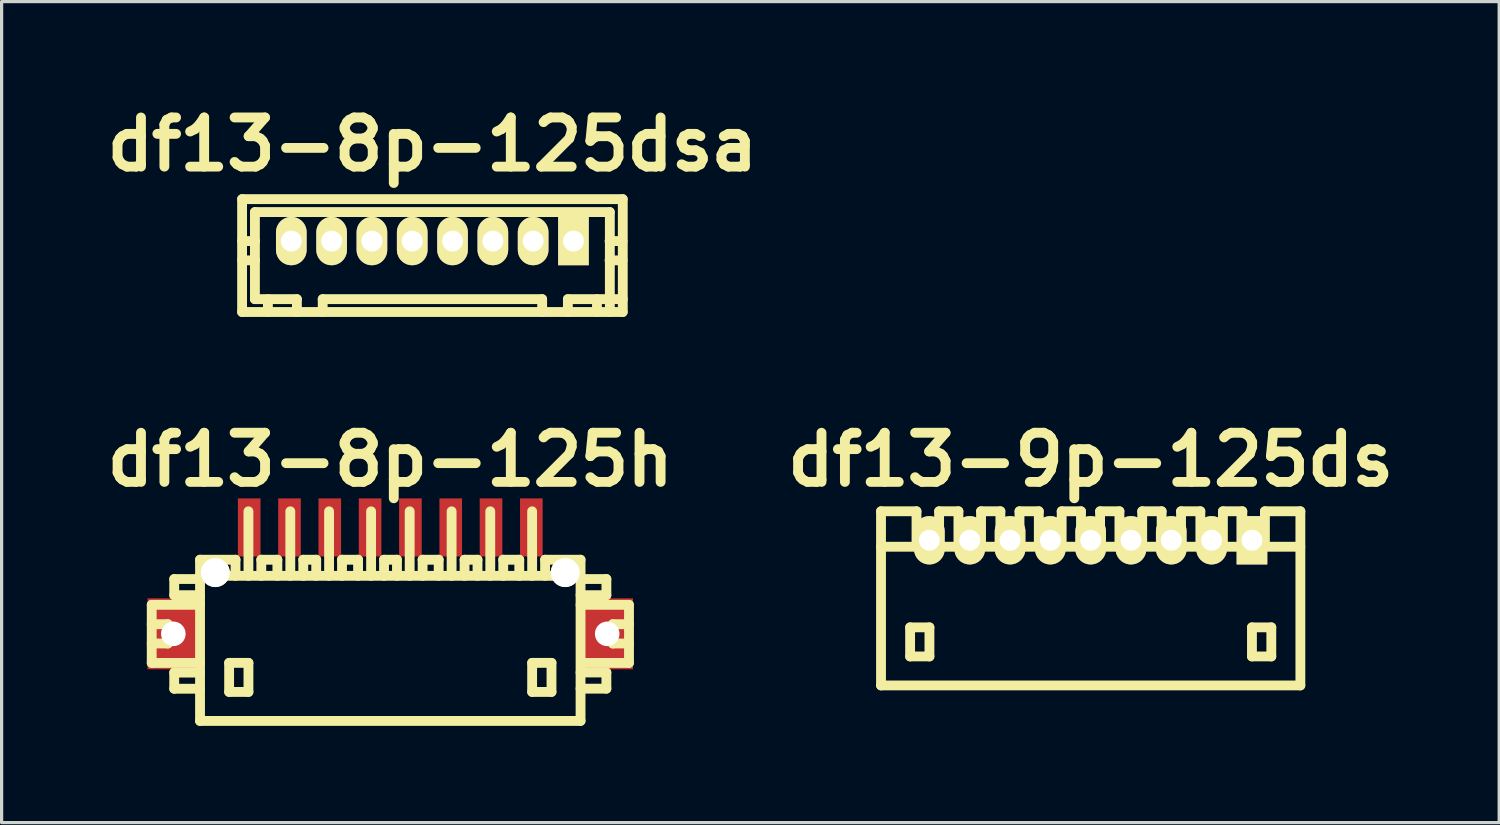
<source format=kicad_pcb>
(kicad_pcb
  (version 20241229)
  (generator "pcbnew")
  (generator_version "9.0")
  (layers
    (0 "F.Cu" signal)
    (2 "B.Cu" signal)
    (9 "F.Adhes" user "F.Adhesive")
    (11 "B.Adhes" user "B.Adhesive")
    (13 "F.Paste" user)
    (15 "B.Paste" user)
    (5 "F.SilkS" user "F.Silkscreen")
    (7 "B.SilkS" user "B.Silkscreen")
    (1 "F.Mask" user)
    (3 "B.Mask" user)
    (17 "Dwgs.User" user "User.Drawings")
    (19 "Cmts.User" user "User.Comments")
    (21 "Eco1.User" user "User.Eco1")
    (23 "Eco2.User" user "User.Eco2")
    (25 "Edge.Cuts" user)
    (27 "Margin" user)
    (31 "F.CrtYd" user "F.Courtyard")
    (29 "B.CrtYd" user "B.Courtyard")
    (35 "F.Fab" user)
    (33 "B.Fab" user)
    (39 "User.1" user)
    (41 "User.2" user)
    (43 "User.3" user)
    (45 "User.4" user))
  (footprint "df13-8p-125dsa"
    (layer "F.Cu")
    (at 10.356 4.424)
    (property "Reference" "df13-8p-125dsa" (at 0 -2.997 0) (layer "F.SilkS") (effects (font (size 1.524 1.524) (thickness 0.305))))
    (attr through_hole)
    (fp_line (start -5.9 2.2) (end -5.9 -1.3) (stroke (width 0.305) (type solid)) (layer "F.SilkS"))
    (fp_line (start -5.502 -0.899) (end -5.502 1.801) (stroke (width 0.305) (type solid)) (layer "F.SilkS"))
    (fp_line (start -5.499 -0.899) (end 5.499 -0.899) (stroke (width 0.305) (type solid)) (layer "F.SilkS"))
    (fp_line (start -5.497 0) (end -5.898 0) (stroke (width 0.305) (type solid)) (layer "F.SilkS"))
    (fp_line (start -5.497 0.599) (end -5.898 0.599) (stroke (width 0.305) (type solid)) (layer "F.SilkS"))
    (fp_line (start -5.1 1.801) (end -5.1 2.2) (stroke (width 0.305) (type solid)) (layer "F.SilkS"))
    (fp_line (start -4.501 -0.099) (end -4.501 0.099) (stroke (width 0.305) (type solid)) (layer "F.SilkS"))
    (fp_line (start -4.501 0.099) (end -4.3 0.099) (stroke (width 0.305) (type solid)) (layer "F.SilkS"))
    (fp_line (start -4.3 -0.099) (end -4.501 -0.099) (stroke (width 0.305) (type solid)) (layer "F.SilkS"))
    (fp_line (start -4.3 0.099) (end -4.3 -0.099) (stroke (width 0.305) (type solid)) (layer "F.SilkS"))
    (fp_line (start -4.201 1.801) (end -5.502 1.801) (stroke (width 0.305) (type solid)) (layer "F.SilkS"))
    (fp_line (start -4.201 1.801) (end -4.201 2.2) (stroke (width 0.305) (type solid)) (layer "F.SilkS"))
    (fp_line (start -3.401 1.801) (end 3.401 1.801) (stroke (width 0.305) (type solid)) (layer "F.SilkS"))
    (fp_line (start -3.401 2.2) (end -3.401 1.801) (stroke (width 0.305) (type solid)) (layer "F.SilkS"))
    (fp_line (start -3.2 -0.099) (end -3.2 0.099) (stroke (width 0.305) (type solid)) (layer "F.SilkS"))
    (fp_line (start -3.2 0.099) (end -3 0.099) (stroke (width 0.305) (type solid)) (layer "F.SilkS"))
    (fp_line (start -3 -0.099) (end -3.2 -0.099) (stroke (width 0.305) (type solid)) (layer "F.SilkS"))
    (fp_line (start -3 0.099) (end -3 -0.099) (stroke (width 0.305) (type solid)) (layer "F.SilkS"))
    (fp_line (start -1.999 -0.099) (end -1.999 0.099) (stroke (width 0.305) (type solid)) (layer "F.SilkS"))
    (fp_line (start -1.999 0.099) (end -1.801 0.099) (stroke (width 0.305) (type solid)) (layer "F.SilkS"))
    (fp_line (start -1.801 -0.099) (end -1.999 -0.099) (stroke (width 0.305) (type solid)) (layer "F.SilkS"))
    (fp_line (start -1.801 0.099) (end -1.801 -0.099) (stroke (width 0.305) (type solid)) (layer "F.SilkS"))
    (fp_line (start -0.701 -0.099) (end -0.701 0.099) (stroke (width 0.305) (type solid)) (layer "F.SilkS"))
    (fp_line (start -0.701 0.099) (end -0.5 0.099) (stroke (width 0.305) (type solid)) (layer "F.SilkS"))
    (fp_line (start -0.5 -0.099) (end -0.701 -0.099) (stroke (width 0.305) (type solid)) (layer "F.SilkS"))
    (fp_line (start -0.5 0.099) (end -0.5 -0.099) (stroke (width 0.305) (type solid)) (layer "F.SilkS"))
    (fp_line (start 0.5 -0.099) (end 0.701 -0.099) (stroke (width 0.305) (type solid)) (layer "F.SilkS"))
    (fp_line (start 0.5 0.099) (end 0.5 -0.099) (stroke (width 0.305) (type solid)) (layer "F.SilkS"))
    (fp_line (start 0.701 -0.099) (end 0.701 0.099) (stroke (width 0.305) (type solid)) (layer "F.SilkS"))
    (fp_line (start 0.701 0.099) (end 0.5 0.099) (stroke (width 0.305) (type solid)) (layer "F.SilkS"))
    (fp_line (start 1.801 -0.099) (end 1.999 -0.099) (stroke (width 0.305) (type solid)) (layer "F.SilkS"))
    (fp_line (start 1.801 0.099) (end 1.801 -0.099) (stroke (width 0.305) (type solid)) (layer "F.SilkS"))
    (fp_line (start 1.999 -0.099) (end 1.999 0.099) (stroke (width 0.305) (type solid)) (layer "F.SilkS"))
    (fp_line (start 1.999 0.099) (end 1.801 0.099) (stroke (width 0.305) (type solid)) (layer "F.SilkS"))
    (fp_line (start 3 -0.099) (end 3.2 -0.099) (stroke (width 0.305) (type solid)) (layer "F.SilkS"))
    (fp_line (start 3 0.099) (end 3 -0.099) (stroke (width 0.305) (type solid)) (layer "F.SilkS"))
    (fp_line (start 3.2 -0.099) (end 3.2 0.099) (stroke (width 0.305) (type solid)) (layer "F.SilkS"))
    (fp_line (start 3.2 0.099) (end 3 0.099) (stroke (width 0.305) (type solid)) (layer "F.SilkS"))
    (fp_line (start 3.404 2.2) (end 3.404 1.801) (stroke (width 0.305) (type solid)) (layer "F.SilkS"))
    (fp_line (start 4.201 1.801) (end 4.201 2.2) (stroke (width 0.305) (type solid)) (layer "F.SilkS"))
    (fp_line (start 4.201 1.801) (end 5.903 1.801) (stroke (width 0.305) (type solid)) (layer "F.SilkS"))
    (fp_line (start 4.3 -0.099) (end 4.501 -0.099) (stroke (width 0.305) (type solid)) (layer "F.SilkS"))
    (fp_line (start 4.3 0.099) (end 4.3 -0.099) (stroke (width 0.305) (type solid)) (layer "F.SilkS"))
    (fp_line (start 4.501 -0.099) (end 4.501 0.099) (stroke (width 0.305) (type solid)) (layer "F.SilkS"))
    (fp_line (start 4.501 0.099) (end 4.3 0.099) (stroke (width 0.305) (type solid)) (layer "F.SilkS"))
    (fp_line (start 5.103 1.801) (end 5.103 2.2) (stroke (width 0.305) (type solid)) (layer "F.SilkS"))
    (fp_line (start 5.494 0) (end 5.895 0) (stroke (width 0.305) (type solid)) (layer "F.SilkS"))
    (fp_line (start 5.502 -0.899) (end 5.502 2.2) (stroke (width 0.305) (type solid)) (layer "F.SilkS"))
    (fp_line (start 5.895 0.599) (end 5.494 0.599) (stroke (width 0.305) (type solid)) (layer "F.SilkS"))
    (fp_line (start 5.9 -1.3) (end -5.9 -1.3) (stroke (width 0.305) (type solid)) (layer "F.SilkS"))
    (fp_line (start 5.9 2.2) (end -5.9 2.2) (stroke (width 0.305) (type solid)) (layer "F.SilkS"))
    (fp_line (start 5.903 -1.3) (end 5.903 2.2) (stroke (width 0.305) (type solid)) (layer "F.SilkS"))
    (pad "1" thru_hole rect (at 4.374 0) (size 0.95 1.499) (drill 0.648) (layers "*.Cu" "*.Mask" "F.SilkS"))
    (pad "2" thru_hole oval (at 3.124 0) (size 0.95 1.499) (drill 0.648) (layers "*.Cu" "*.Mask" "F.SilkS"))
    (pad "3" thru_hole oval (at 1.875 0) (size 0.95 1.499) (drill 0.648) (layers "*.Cu" "*.Mask" "F.SilkS"))
    (pad "4" thru_hole oval (at 0.625 0) (size 0.95 1.499) (drill 0.648) (layers "*.Cu" "*.Mask" "F.SilkS"))
    (pad "5" thru_hole oval (at -0.625 0) (size 0.95 1.499) (drill 0.648) (layers "*.Cu" "*.Mask" "F.SilkS"))
    (pad "6" thru_hole oval (at -1.875 0) (size 0.95 1.499) (drill 0.648) (layers "*.Cu" "*.Mask" "F.SilkS"))
    (pad "7" thru_hole oval (at -3.124 0) (size 0.95 1.499) (drill 0.648) (layers "*.Cu" "*.Mask" "F.SilkS"))
    (pad "8" thru_hole oval (at -4.374 0) (size 0.95 1.499) (drill 0.648) (layers "*.Cu" "*.Mask" "F.SilkS")))
  (footprint "df13-9p-125ds"
    (layer "F.Cu")
    (at 30.766 15.502)
    (property "Reference" "df13-9p-125ds" (at 0 -4.3 0) (layer "F.SilkS") (effects (font (size 1.524 1.524) (thickness 0.305))))
    (attr through_hole)
    (fp_line (start -6.5 -1.6) (end 6.5 -1.6) (stroke (width 0.305) (type solid)) (layer "F.SilkS"))
    (fp_line (start -6.5 2.7) (end -6.5 -2.7) (stroke (width 0.305) (type solid)) (layer "F.SilkS"))
    (fp_line (start -5.598 0.899) (end -5.598 1.801) (stroke (width 0.305) (type solid)) (layer "F.SilkS"))
    (fp_line (start -5.598 1.801) (end -4.999 1.801) (stroke (width 0.305) (type solid)) (layer "F.SilkS"))
    (fp_line (start -5.4 -2.7) (end -6.5 -2.7) (stroke (width 0.305) (type solid)) (layer "F.SilkS"))
    (fp_line (start -5.4 -1.6) (end -5.4 -2.7) (stroke (width 0.305) (type solid)) (layer "F.SilkS"))
    (fp_line (start -4.999 0.899) (end -5.598 0.899) (stroke (width 0.305) (type solid)) (layer "F.SilkS"))
    (fp_line (start -4.999 1.801) (end -4.999 0.899) (stroke (width 0.305) (type solid)) (layer "F.SilkS"))
    (fp_line (start -4.699 -2.7) (end -4.699 -1.6) (stroke (width 0.305) (type solid)) (layer "F.SilkS"))
    (fp_line (start -4.1 -2.7) (end -4.699 -2.7) (stroke (width 0.305) (type solid)) (layer "F.SilkS"))
    (fp_line (start -4.1 -2.7) (end -4.1 -1.6) (stroke (width 0.305) (type solid)) (layer "F.SilkS"))
    (fp_line (start -3.399 -2.7) (end -3.399 -1.6) (stroke (width 0.305) (type solid)) (layer "F.SilkS"))
    (fp_line (start -2.799 -2.7) (end -3.399 -2.7) (stroke (width 0.305) (type solid)) (layer "F.SilkS"))
    (fp_line (start -2.799 -1.6) (end -2.799 -2.7) (stroke (width 0.305) (type solid)) (layer "F.SilkS"))
    (fp_line (start -2.207 -1.6) (end -2.207 -2.7) (stroke (width 0.305) (type solid)) (layer "F.SilkS"))
    (fp_line (start -1.608 -2.7) (end -2.207 -2.7) (stroke (width 0.305) (type solid)) (layer "F.SilkS"))
    (fp_line (start -1.608 -1.6) (end -1.608 -2.7) (stroke (width 0.305) (type solid)) (layer "F.SilkS"))
    (fp_line (start -0.899 -2.7) (end -0.3 -2.7) (stroke (width 0.305) (type solid)) (layer "F.SilkS"))
    (fp_line (start -0.899 -1.6) (end -0.899 -2.7) (stroke (width 0.305) (type solid)) (layer "F.SilkS"))
    (fp_line (start -0.3 -2.7) (end -0.3 -1.6) (stroke (width 0.305) (type solid)) (layer "F.SilkS"))
    (fp_line (start 0.292 -2.7) (end 0.892 -2.7) (stroke (width 0.305) (type solid)) (layer "F.SilkS"))
    (fp_line (start 0.292 -1.6) (end 0.292 -2.7) (stroke (width 0.305) (type solid)) (layer "F.SilkS"))
    (fp_line (start 0.892 -2.7) (end 0.892 -1.6) (stroke (width 0.305) (type solid)) (layer "F.SilkS"))
    (fp_line (start 1.598 -2.7) (end 2.2 -2.7) (stroke (width 0.305) (type solid)) (layer "F.SilkS"))
    (fp_line (start 1.598 -1.6) (end 1.598 -2.7) (stroke (width 0.305) (type solid)) (layer "F.SilkS"))
    (fp_line (start 2.2 -2.7) (end 2.2 -1.6) (stroke (width 0.305) (type solid)) (layer "F.SilkS"))
    (fp_line (start 2.802 -2.7) (end 3.401 -2.7) (stroke (width 0.305) (type solid)) (layer "F.SilkS"))
    (fp_line (start 2.802 -1.6) (end 2.802 -2.7) (stroke (width 0.305) (type solid)) (layer "F.SilkS"))
    (fp_line (start 3.401 -2.7) (end 3.401 -1.6) (stroke (width 0.305) (type solid)) (layer "F.SilkS"))
    (fp_line (start 4.1 -2.7) (end 4.702 -2.7) (stroke (width 0.305) (type solid)) (layer "F.SilkS"))
    (fp_line (start 4.1 -1.6) (end 4.1 -2.7) (stroke (width 0.305) (type solid)) (layer "F.SilkS"))
    (fp_line (start 4.702 -2.7) (end 4.702 -1.6) (stroke (width 0.305) (type solid)) (layer "F.SilkS"))
    (fp_line (start 5.001 0.899) (end 5.601 0.899) (stroke (width 0.305) (type solid)) (layer "F.SilkS"))
    (fp_line (start 5.001 1.801) (end 5.001 0.899) (stroke (width 0.305) (type solid)) (layer "F.SilkS"))
    (fp_line (start 5.403 -1.6) (end 5.403 -2.7) (stroke (width 0.305) (type solid)) (layer "F.SilkS"))
    (fp_line (start 5.601 0.899) (end 5.601 1.801) (stroke (width 0.305) (type solid)) (layer "F.SilkS"))
    (fp_line (start 5.601 1.801) (end 5.001 1.801) (stroke (width 0.305) (type solid)) (layer "F.SilkS"))
    (fp_line (start 6.5 2.7) (end -6.5 2.7) (stroke (width 0.305) (type solid)) (layer "F.SilkS"))
    (fp_line (start 6.502 -2.7) (end 5.403 -2.7) (stroke (width 0.305) (type solid)) (layer "F.SilkS"))
    (fp_line (start 6.502 2.7) (end 6.502 -2.7) (stroke (width 0.305) (type solid)) (layer "F.SilkS"))
    (pad "1" thru_hole rect (at 5.001 -1.801) (size 0.95 1.499) (drill 0.648) (layers "*.Cu" "*.Mask" "F.SilkS"))
    (pad "2" thru_hole oval (at 3.749 -1.801) (size 0.95 1.499) (drill 0.648) (layers "*.Cu" "*.Mask" "F.SilkS"))
    (pad "3" thru_hole oval (at 2.499 -1.801) (size 0.95 1.499) (drill 0.648) (layers "*.Cu" "*.Mask" "F.SilkS"))
    (pad "4" thru_hole oval (at 1.25 -1.801) (size 0.95 1.499) (drill 0.648) (layers "*.Cu" "*.Mask" "F.SilkS"))
    (pad "5" thru_hole oval (at 0 -1.801) (size 0.95 1.499) (drill 0.648) (layers "*.Cu" "*.Mask" "F.SilkS"))
    (pad "6" thru_hole oval (at -1.25 -1.801) (size 0.95 1.499) (drill 0.648) (layers "*.Cu" "*.Mask" "F.SilkS"))
    (pad "7" thru_hole oval (at -2.499 -1.801) (size 0.95 1.499) (drill 0.648) (layers "*.Cu" "*.Mask" "F.SilkS"))
    (pad "8" thru_hole oval (at -3.749 -1.801) (size 0.95 1.499) (drill 0.648) (layers "*.Cu" "*.Mask" "F.SilkS"))
    (pad "9" thru_hole oval (at -5.001 -1.801) (size 0.95 1.499) (drill 0.648) (layers "*.Cu" "*.Mask" "F.SilkS")))
  (footprint "df13-8p-125h"
    (layer "F.Cu")
    (at 9.05 16.803)
    (property "Reference" "df13-8p-125h" (at 0 -5.601 0) (layer "F.SilkS") (effects (font (size 1.524 1.524) (thickness 0.305))))
    (attr through_hole)
    (fp_line (start -7.396 -1.1) (end -7.396 0.701) (stroke (width 0.305) (type solid)) (layer "F.SilkS"))
    (fp_line (start -7.396 0.701) (end -5.898 0.701) (stroke (width 0.305) (type solid)) (layer "F.SilkS"))
    (fp_line (start -6.896 -0.5) (end -7.396 -0.5) (stroke (width 0.305) (type solid)) (layer "F.SilkS"))
    (fp_line (start -6.896 0.099) (end -7.396 0.099) (stroke (width 0.305) (type solid)) (layer "F.SilkS"))
    (fp_line (start -6.896 0.099) (end -6.896 -0.5) (stroke (width 0.305) (type solid)) (layer "F.SilkS"))
    (fp_line (start -6.698 -1.9) (end -6.698 -1.4) (stroke (width 0.305) (type solid)) (layer "F.SilkS"))
    (fp_line (start -6.698 -1.9) (end -5.898 -1.9) (stroke (width 0.305) (type solid)) (layer "F.SilkS"))
    (fp_line (start -6.698 1.001) (end -6.698 1.501) (stroke (width 0.305) (type solid)) (layer "F.SilkS"))
    (fp_line (start -6.698 1.501) (end -5.898 1.501) (stroke (width 0.305) (type solid)) (layer "F.SilkS"))
    (fp_line (start -5.9 -1.999) (end 5.9 -1.999) (stroke (width 0.305) (type solid)) (layer "F.SilkS"))
    (fp_line (start -5.9 2.499) (end 5.9 2.499) (stroke (width 0.305) (type solid)) (layer "F.SilkS"))
    (fp_line (start -5.898 -1.4) (end -6.698 -1.4) (stroke (width 0.305) (type solid)) (layer "F.SilkS"))
    (fp_line (start -5.898 -1.1) (end -7.396 -1.1) (stroke (width 0.305) (type solid)) (layer "F.SilkS"))
    (fp_line (start -5.898 1.001) (end -6.698 1.001) (stroke (width 0.305) (type solid)) (layer "F.SilkS"))
    (fp_line (start -5.898 2.499) (end -5.898 -2.499) (stroke (width 0.305) (type solid)) (layer "F.SilkS"))
    (fp_line (start -4.996 0.699) (end -4.996 1.6) (stroke (width 0.305) (type solid)) (layer "F.SilkS"))
    (fp_line (start -4.996 1.6) (end -4.397 1.6) (stroke (width 0.305) (type solid)) (layer "F.SilkS"))
    (fp_line (start -4.798 -2.499) (end -5.898 -2.499) (stroke (width 0.305) (type solid)) (layer "F.SilkS"))
    (fp_line (start -4.798 -2.499) (end -4.798 -1.999) (stroke (width 0.305) (type solid)) (layer "F.SilkS"))
    (fp_line (start -4.397 -4) (end -4.397 -1.999) (stroke (width 0.305) (type solid)) (layer "F.SilkS"))
    (fp_line (start -4.397 0.699) (end -4.996 0.699) (stroke (width 0.305) (type solid)) (layer "F.SilkS"))
    (fp_line (start -4.397 1.6) (end -4.397 0.699) (stroke (width 0.305) (type solid)) (layer "F.SilkS"))
    (fp_line (start -4 -2.499) (end -3.5 -2.499) (stroke (width 0.305) (type solid)) (layer "F.SilkS"))
    (fp_line (start -3.998 -1.999) (end -3.998 -2.499) (stroke (width 0.305) (type solid)) (layer "F.SilkS"))
    (fp_line (start -3.5 -2.499) (end -3.5 -1.999) (stroke (width 0.305) (type solid)) (layer "F.SilkS"))
    (fp_line (start -3.099 -1.999) (end -3.099 -4) (stroke (width 0.305) (type solid)) (layer "F.SilkS"))
    (fp_line (start -2.697 -2.499) (end -2.697 -1.999) (stroke (width 0.305) (type solid)) (layer "F.SilkS"))
    (fp_line (start -2.296 -2.499) (end -2.697 -2.499) (stroke (width 0.305) (type solid)) (layer "F.SilkS"))
    (fp_line (start -2.296 -2.499) (end -2.296 -1.999) (stroke (width 0.305) (type solid)) (layer "F.SilkS"))
    (fp_line (start -1.897 -1.999) (end -1.897 -4) (stroke (width 0.305) (type solid)) (layer "F.SilkS"))
    (fp_line (start -1.499 -2.499) (end -0.998 -2.499) (stroke (width 0.305) (type solid)) (layer "F.SilkS"))
    (fp_line (start -1.496 -1.999) (end -1.496 -2.499) (stroke (width 0.305) (type solid)) (layer "F.SilkS"))
    (fp_line (start -0.998 -2.499) (end -0.998 -1.999) (stroke (width 0.305) (type solid)) (layer "F.SilkS"))
    (fp_line (start -0.594 -1.999) (end -0.594 -4) (stroke (width 0.305) (type solid)) (layer "F.SilkS"))
    (fp_line (start -0.193 -2.499) (end -0.193 -1.999) (stroke (width 0.305) (type solid)) (layer "F.SilkS"))
    (fp_line (start 0.208 -2.499) (end -0.193 -2.499) (stroke (width 0.305) (type solid)) (layer "F.SilkS"))
    (fp_line (start 0.208 -2.499) (end 0.208 -1.999) (stroke (width 0.305) (type solid)) (layer "F.SilkS"))
    (fp_line (start 0.602 -1.999) (end 0.602 -4) (stroke (width 0.305) (type solid)) (layer "F.SilkS"))
    (fp_line (start 1.001 -2.499) (end 1.501 -2.499) (stroke (width 0.305) (type solid)) (layer "F.SilkS"))
    (fp_line (start 1.003 -1.999) (end 1.003 -2.499) (stroke (width 0.305) (type solid)) (layer "F.SilkS"))
    (fp_line (start 1.501 -2.499) (end 1.501 -1.999) (stroke (width 0.305) (type solid)) (layer "F.SilkS"))
    (fp_line (start 1.902 -1.999) (end 1.902 -4) (stroke (width 0.305) (type solid)) (layer "F.SilkS"))
    (fp_line (start 2.304 -2.499) (end 2.304 -1.999) (stroke (width 0.305) (type solid)) (layer "F.SilkS"))
    (fp_line (start 2.705 -2.499) (end 2.304 -2.499) (stroke (width 0.305) (type solid)) (layer "F.SilkS"))
    (fp_line (start 2.705 -2.499) (end 2.705 -1.999) (stroke (width 0.305) (type solid)) (layer "F.SilkS"))
    (fp_line (start 3.101 -1.999) (end 3.101 -4) (stroke (width 0.305) (type solid)) (layer "F.SilkS"))
    (fp_line (start 3.5 -2.499) (end 4 -2.499) (stroke (width 0.305) (type solid)) (layer "F.SilkS"))
    (fp_line (start 3.503 -1.999) (end 3.503 -2.499) (stroke (width 0.305) (type solid)) (layer "F.SilkS"))
    (fp_line (start 4 -2.499) (end 4 -1.999) (stroke (width 0.305) (type solid)) (layer "F.SilkS"))
    (fp_line (start 4.399 -1.999) (end 4.399 -4) (stroke (width 0.305) (type solid)) (layer "F.SilkS"))
    (fp_line (start 4.399 0.699) (end 4.999 0.699) (stroke (width 0.305) (type solid)) (layer "F.SilkS"))
    (fp_line (start 4.399 1.6) (end 4.399 0.699) (stroke (width 0.305) (type solid)) (layer "F.SilkS"))
    (fp_line (start 4.801 -2.499) (end 4.801 -1.999) (stroke (width 0.305) (type solid)) (layer "F.SilkS"))
    (fp_line (start 4.999 0.699) (end 4.999 1.6) (stroke (width 0.305) (type solid)) (layer "F.SilkS"))
    (fp_line (start 4.999 1.6) (end 4.399 1.6) (stroke (width 0.305) (type solid)) (layer "F.SilkS"))
    (fp_line (start 5.9 -2.499) (end 4.801 -2.499) (stroke (width 0.305) (type solid)) (layer "F.SilkS"))
    (fp_line (start 5.9 -2.499) (end 5.9 2.499) (stroke (width 0.305) (type solid)) (layer "F.SilkS"))
    (fp_line (start 5.9 -1.9) (end 6.701 -1.9) (stroke (width 0.305) (type solid)) (layer "F.SilkS"))
    (fp_line (start 5.9 0.998) (end 6.701 0.998) (stroke (width 0.305) (type solid)) (layer "F.SilkS"))
    (fp_line (start 6.701 -1.9) (end 6.701 -1.4) (stroke (width 0.305) (type solid)) (layer "F.SilkS"))
    (fp_line (start 6.701 -1.4) (end 5.9 -1.4) (stroke (width 0.305) (type solid)) (layer "F.SilkS"))
    (fp_line (start 6.701 0.998) (end 6.701 1.499) (stroke (width 0.305) (type solid)) (layer "F.SilkS"))
    (fp_line (start 6.701 1.499) (end 5.9 1.499) (stroke (width 0.305) (type solid)) (layer "F.SilkS"))
    (fp_line (start 6.901 0.099) (end 6.901 -0.5) (stroke (width 0.305) (type solid)) (layer "F.SilkS"))
    (fp_line (start 7.399 -1.1) (end 5.9 -1.1) (stroke (width 0.305) (type solid)) (layer "F.SilkS"))
    (fp_line (start 7.399 0.701) (end 5.999 0.701) (stroke (width 0.305) (type solid)) (layer "F.SilkS"))
    (fp_line (start 7.402 -1.1) (end 7.402 0.701) (stroke (width 0.305) (type solid)) (layer "F.SilkS"))
    (fp_line (start 7.402 -0.5) (end 6.901 -0.5) (stroke (width 0.305) (type solid)) (layer "F.SilkS"))
    (fp_line (start 7.402 0.099) (end 6.901 0.099) (stroke (width 0.305) (type solid)) (layer "F.SilkS"))
    (pad "" np_thru_hole rect (at -6.726 -0.201) (size 1.6 2.2) (drill 0.762) (layers "F.Cu" "F.Mask" "F.Paste"))
    (pad "" np_thru_hole circle (at -5.425 -2.101) (size 0.899 0.899) (drill 0.899) (layers "*.Cu" "*.Mask" "F.SilkS"))
    (pad "" np_thru_hole circle (at 5.425 -2.101) (size 0.899 0.899) (drill 0.899) (layers "*.Cu" "*.Mask" "F.SilkS"))
    (pad "" np_thru_hole rect (at 6.726 -0.201) (size 1.6 2.2) (drill 0.762) (layers "F.Cu" "F.Mask" "F.Paste"))
    (pad "1" smd rect (at 4.374 -3.5) (size 0.701 1.801) (layers "F.Cu" "F.Mask" "F.Paste"))
    (pad "2" smd rect (at 3.124 -3.5) (size 0.701 1.801) (layers "F.Cu" "F.Mask" "F.Paste"))
    (pad "3" smd rect (at 1.875 -3.5) (size 0.701 1.801) (layers "F.Cu" "F.Mask" "F.Paste"))
    (pad "4" smd rect (at 0.625 -3.5) (size 0.701 1.801) (layers "F.Cu" "F.Mask" "F.Paste"))
    (pad "5" smd rect (at -0.625 -3.5) (size 0.701 1.801) (layers "F.Cu" "F.Mask" "F.Paste"))
    (pad "6" smd rect (at -1.875 -3.5) (size 0.701 1.801) (layers "F.Cu" "F.Mask" "F.Paste"))
    (pad "7" smd rect (at -3.124 -3.5) (size 0.701 1.801) (layers "F.Cu" "F.Mask" "F.Paste"))
    (pad "8" smd rect (at -4.374 -3.5) (size 0.701 1.801) (layers "F.Cu" "F.Mask" "F.Paste")))
  (gr_rect
    (start -3 -3)
    (end 43.432 22.455)
    (stroke (width 0.1) (type default))
    (fill no)
    (layer "Edge.Cuts")))
</source>
